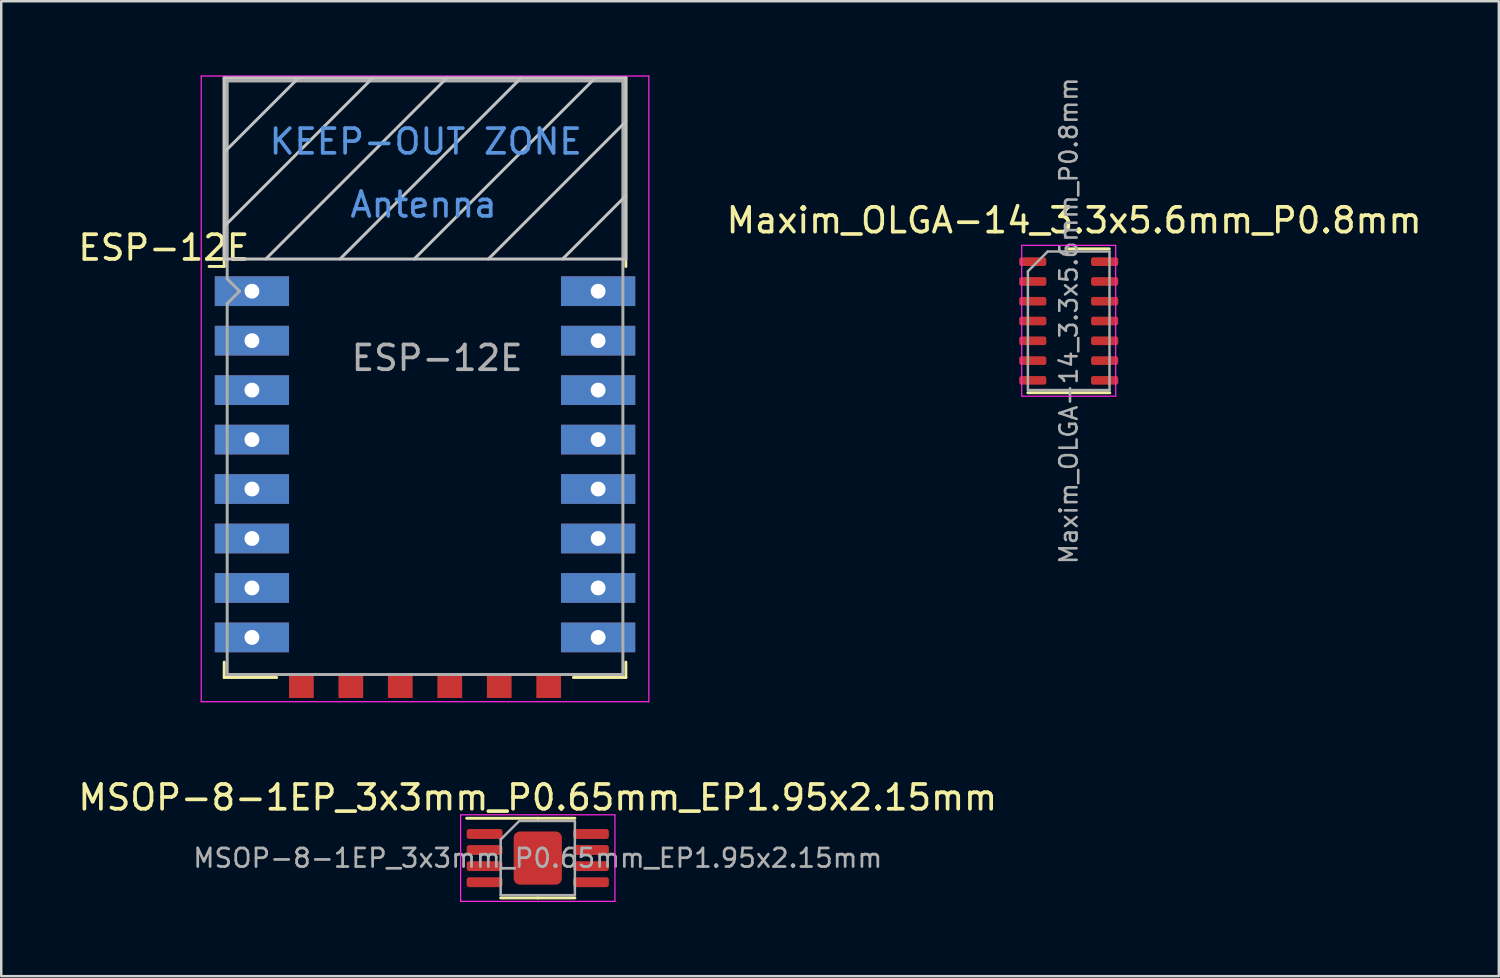
<source format=kicad_pcb>
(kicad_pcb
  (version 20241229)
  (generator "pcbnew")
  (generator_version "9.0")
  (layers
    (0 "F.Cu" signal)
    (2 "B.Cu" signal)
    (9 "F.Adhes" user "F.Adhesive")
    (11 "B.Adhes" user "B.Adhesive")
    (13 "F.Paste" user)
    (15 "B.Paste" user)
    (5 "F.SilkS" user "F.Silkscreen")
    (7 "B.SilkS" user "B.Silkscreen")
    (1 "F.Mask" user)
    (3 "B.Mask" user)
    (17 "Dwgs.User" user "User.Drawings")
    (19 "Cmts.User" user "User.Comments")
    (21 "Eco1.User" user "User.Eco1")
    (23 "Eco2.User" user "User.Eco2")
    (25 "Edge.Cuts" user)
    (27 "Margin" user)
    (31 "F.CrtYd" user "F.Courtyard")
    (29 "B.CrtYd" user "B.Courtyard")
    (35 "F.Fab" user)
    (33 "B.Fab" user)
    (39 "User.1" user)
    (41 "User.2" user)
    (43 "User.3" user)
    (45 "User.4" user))
  (footprint "MSOP-8-1EP_3x3mm_P0.65mm_EP1.95x2.15mm"
    (layer "F.Cu")
    (at 18.696 31.648)
    (property "Reference" "MSOP-8-1EP_3x3mm_P0.65mm_EP1.95x2.15mm" (at 0 -2.45 0) (layer "F.SilkS") (effects (font (size 1 1) (thickness 0.15))))
    (attr smd)
    (fp_line (start 0 -1.61) (end -2.875 -1.61) (stroke (width 0.12) (type solid)) (layer "F.SilkS"))
    (fp_line (start 0 -1.61) (end 1.5 -1.61) (stroke (width 0.12) (type solid)) (layer "F.SilkS"))
    (fp_line (start 0 1.61) (end -1.5 1.61) (stroke (width 0.12) (type solid)) (layer "F.SilkS"))
    (fp_line (start 0 1.61) (end 1.5 1.61) (stroke (width 0.12) (type solid)) (layer "F.SilkS"))
    (fp_line (start -3.12 -1.75) (end -3.12 1.75) (stroke (width 0.05) (type solid)) (layer "F.CrtYd"))
    (fp_line (start -3.12 1.75) (end 3.12 1.75) (stroke (width 0.05) (type solid)) (layer "F.CrtYd"))
    (fp_line (start 3.12 -1.75) (end -3.12 -1.75) (stroke (width 0.05) (type solid)) (layer "F.CrtYd"))
    (fp_line (start 3.12 1.75) (end 3.12 -1.75) (stroke (width 0.05) (type solid)) (layer "F.CrtYd"))
    (fp_line (start -1.5 -0.75) (end -0.75 -1.5) (stroke (width 0.1) (type solid)) (layer "F.Fab"))
    (fp_line (start -1.5 1.5) (end -1.5 -0.75) (stroke (width 0.1) (type solid)) (layer "F.Fab"))
    (fp_line (start -0.75 -1.5) (end 1.5 -1.5) (stroke (width 0.1) (type solid)) (layer "F.Fab"))
    (fp_line (start 1.5 -1.5) (end 1.5 1.5) (stroke (width 0.1) (type solid)) (layer "F.Fab"))
    (fp_line (start 1.5 1.5) (end -1.5 1.5) (stroke (width 0.1) (type solid)) (layer "F.Fab"))
    (fp_text user "${REFERENCE}" (at 0 0 0) (layer "F.Fab") (effects (font (size 0.75 0.75) (thickness 0.11))))
    (pad "" smd roundrect (at -0.49 -0.54) (size 0.79 0.87) (layers "F.Paste") (roundrect_rratio 0.25))
    (pad "" smd roundrect (at -0.49 0.54) (size 0.79 0.87) (layers "F.Paste") (roundrect_rratio 0.25))
    (pad "" smd roundrect (at 0.49 -0.54) (size 0.79 0.87) (layers "F.Paste") (roundrect_rratio 0.25))
    (pad "" smd roundrect (at 0.49 0.54) (size 0.79 0.87) (layers "F.Paste") (roundrect_rratio 0.25))
    (pad "1" smd roundrect (at -2.15 -0.975) (size 1.45 0.4) (layers "F.Cu" "F.Mask" "F.Paste") (roundrect_rratio 0.25))
    (pad "2" smd roundrect (at -2.15 -0.325) (size 1.45 0.4) (layers "F.Cu" "F.Mask" "F.Paste") (roundrect_rratio 0.25))
    (pad "3" smd roundrect (at -2.15 0.325) (size 1.45 0.4) (layers "F.Cu" "F.Mask" "F.Paste") (roundrect_rratio 0.25))
    (pad "4" smd roundrect (at -2.15 0.975) (size 1.45 0.4) (layers "F.Cu" "F.Mask" "F.Paste") (roundrect_rratio 0.25))
    (pad "5" smd roundrect (at 2.15 0.975) (size 1.45 0.4) (layers "F.Cu" "F.Mask" "F.Paste") (roundrect_rratio 0.25))
    (pad "6" smd roundrect (at 2.15 0.325) (size 1.45 0.4) (layers "F.Cu" "F.Mask" "F.Paste") (roundrect_rratio 0.25))
    (pad "7" smd roundrect (at 2.15 -0.325) (size 1.45 0.4) (layers "F.Cu" "F.Mask" "F.Paste") (roundrect_rratio 0.25))
    (pad "8" smd roundrect (at 2.15 -0.975) (size 1.45 0.4) (layers "F.Cu" "F.Mask" "F.Paste") (roundrect_rratio 0.25))
    (pad "9" smd roundrect (at 0 0) (size 1.95 2.15) (layers "F.Cu" "F.Mask") (roundrect_rratio 0.128)))
  (footprint "ESP-12E"
    (layer "F.Cu")
    (at 14.137 12.225)
    (property "Reference" "ESP-12E" (at -10.56 -5.26 0) (layer "F.SilkS") (effects (font (size 1 1) (thickness 0.15))))
    (attr smd)
    (fp_line (start -8.12 -12.12) (end 8.12 -12.12) (stroke (width 0.12) (type solid)) (layer "F.SilkS"))
    (fp_line (start -8.12 -4.5) (end -8.73 -4.5) (stroke (width 0.12) (type solid)) (layer "F.SilkS"))
    (fp_line (start -8.12 -4.5) (end -8.12 -12.12) (stroke (width 0.12) (type solid)) (layer "F.SilkS"))
    (fp_line (start -8.12 12.12) (end -8.12 11.5) (stroke (width 0.12) (type solid)) (layer "F.SilkS"))
    (fp_line (start -6 12.12) (end -8.12 12.12) (stroke (width 0.12) (type solid)) (layer "F.SilkS"))
    (fp_line (start 8.12 -12.12) (end 8.12 -4.5) (stroke (width 0.12) (type solid)) (layer "F.SilkS"))
    (fp_line (start 8.12 11.5) (end 8.12 12.12) (stroke (width 0.12) (type solid)) (layer "F.SilkS"))
    (fp_line (start 8.12 12.12) (end 6 12.12) (stroke (width 0.12) (type solid)) (layer "F.SilkS"))
    (fp_line (start -8.12 -12.12) (end 8.12 -12.12) (stroke (width 0.12) (type solid)) (layer "Dwgs.User"))
    (fp_line (start -8.12 -9.12) (end -5.12 -12.12) (stroke (width 0.12) (type solid)) (layer "Dwgs.User"))
    (fp_line (start -8.12 -6.12) (end -2.12 -12.12) (stroke (width 0.12) (type solid)) (layer "Dwgs.User"))
    (fp_line (start -8.12 -4.8) (end -8.12 -12.12) (stroke (width 0.12) (type solid)) (layer "Dwgs.User"))
    (fp_line (start -6.44 -4.8) (end 0.88 -12.12) (stroke (width 0.12) (type solid)) (layer "Dwgs.User"))
    (fp_line (start -3.44 -4.8) (end 3.88 -12.12) (stroke (width 0.12) (type solid)) (layer "Dwgs.User"))
    (fp_line (start -0.44 -4.8) (end 6.88 -12.12) (stroke (width 0.12) (type solid)) (layer "Dwgs.User"))
    (fp_line (start 2.56 -4.8) (end 8.12 -10.36) (stroke (width 0.12) (type solid)) (layer "Dwgs.User"))
    (fp_line (start 5.56 -4.8) (end 8.12 -7.36) (stroke (width 0.12) (type solid)) (layer "Dwgs.User"))
    (fp_line (start 8.12 -12.12) (end 8.12 -4.8) (stroke (width 0.12) (type solid)) (layer "Dwgs.User"))
    (fp_line (start 8.12 -4.8) (end -8.12 -4.8) (stroke (width 0.12) (type solid)) (layer "Dwgs.User"))
    (fp_line (start -9.05 -12.2) (end 9.05 -12.2) (stroke (width 0.05) (type solid)) (layer "F.CrtYd"))
    (fp_line (start -9.05 13.1) (end -9.05 -12.2) (stroke (width 0.05) (type solid)) (layer "F.CrtYd"))
    (fp_line (start 9.05 -12.2) (end 9.05 13.1) (stroke (width 0.05) (type solid)) (layer "F.CrtYd"))
    (fp_line (start 9.05 13.1) (end -9.05 13.1) (stroke (width 0.05) (type solid)) (layer "F.CrtYd"))
    (fp_line (start -8 -12) (end 8 -12) (stroke (width 0.12) (type solid)) (layer "F.Fab"))
    (fp_line (start -8 -4) (end -8 -12) (stroke (width 0.12) (type solid)) (layer "F.Fab"))
    (fp_line (start -8 -3) (end -7.5 -3.5) (stroke (width 0.12) (type solid)) (layer "F.Fab"))
    (fp_line (start -8 12) (end -8 -3) (stroke (width 0.12) (type solid)) (layer "F.Fab"))
    (fp_line (start -7.5 -3.5) (end -8 -4) (stroke (width 0.12) (type solid)) (layer "F.Fab"))
    (fp_line (start 8 -12) (end 8 12) (stroke (width 0.12) (type solid)) (layer "F.Fab"))
    (fp_line (start 8 12) (end -8 12) (stroke (width 0.12) (type solid)) (layer "F.Fab"))
    (fp_text user "KEEP-OUT ZONE" (at 0.03 -9.55 180) (layer "Cmts.User") (effects (font (size 1 1) (thickness 0.15))))
    (fp_text user "Antenna" (at -0.06 -7 180) (layer "Cmts.User") (effects (font (size 1 1) (thickness 0.15))))
    (fp_text user "${REFERENCE}" (at 0.49 -0.8 0) (layer "F.Fab") (effects (font (size 1 1) (thickness 0.15))))
    (pad "1" thru_hole rect (at -7 -3.5) (size 3 1.2) (drill 0.6) (layers "*.Cu" "*.Mask"))
    (pad "2" thru_hole rect (at -7 -1.5) (size 3 1.2) (drill 0.6) (layers "*.Cu" "*.Mask"))
    (pad "3" thru_hole rect (at -7 0.5) (size 3 1.2) (drill 0.6) (layers "*.Cu" "*.Mask"))
    (pad "4" thru_hole rect (at -7 2.5) (size 3 1.2) (drill 0.6) (layers "*.Cu" "*.Mask"))
    (pad "5" thru_hole rect (at -7 4.5) (size 3 1.2) (drill 0.6) (layers "*.Cu" "*.Mask"))
    (pad "6" thru_hole rect (at -7 6.5) (size 3 1.2) (drill 0.6) (layers "*.Cu" "*.Mask"))
    (pad "7" thru_hole rect (at -7 8.5) (size 3 1.2) (drill 0.6) (layers "*.Cu" "*.Mask"))
    (pad "8" thru_hole rect (at -7 10.5) (size 3 1.2) (drill 0.6) (layers "*.Cu" "*.Mask"))
    (pad "9" smd rect (at -5 12.45) (size 1 1) (layers "F.Cu" "F.Mask" "F.Paste"))
    (pad "10" smd rect (at -3 12.45) (size 1 1) (layers "F.Cu" "F.Mask" "F.Paste"))
    (pad "11" smd rect (at -1 12.45) (size 1 1) (layers "F.Cu" "F.Mask" "F.Paste"))
    (pad "12" smd rect (at 1 12.45) (size 1 1) (layers "F.Cu" "F.Mask" "F.Paste"))
    (pad "13" smd rect (at 3 12.45) (size 1 1) (layers "F.Cu" "F.Mask" "F.Paste"))
    (pad "14" smd rect (at 5 12.45) (size 1 1) (layers "F.Cu" "F.Mask" "F.Paste"))
    (pad "15" thru_hole rect (at 7 10.5) (size 3 1.2) (drill 0.6) (layers "*.Cu" "*.Mask"))
    (pad "16" thru_hole rect (at 7 8.5) (size 3 1.2) (drill 0.6) (layers "*.Cu" "*.Mask"))
    (pad "17" thru_hole rect (at 7 6.5) (size 3 1.2) (drill 0.6) (layers "*.Cu" "*.Mask"))
    (pad "18" thru_hole rect (at 7 4.5) (size 3 1.2) (drill 0.6) (layers "*.Cu" "*.Mask"))
    (pad "19" thru_hole rect (at 7 2.5) (size 3 1.2) (drill 0.6) (layers "*.Cu" "*.Mask"))
    (pad "20" thru_hole rect (at 7 0.5) (size 3 1.2) (drill 0.6) (layers "*.Cu" "*.Mask"))
    (pad "21" thru_hole rect (at 7 -1.5) (size 3 1.2) (drill 0.6) (layers "*.Cu" "*.Mask"))
    (pad "22" thru_hole rect (at 7 -3.5) (size 3 1.2) (drill 0.6) (layers "*.Cu" "*.Mask")))
  (footprint "Maxim_OLGA-14_3.3x5.6mm_P0.8mm"
    (layer "F.Cu")
    (at 40.165 9.931)
    (property "Reference" "Maxim_OLGA-14_3.3x5.6mm_P0.8mm" (at 0.22 -4.07 0) (layer "F.SilkS") (effects (font (size 1 1) (thickness 0.15))))
    (attr smd)
    (fp_line (start 0 -2.92) (end 1.64 -2.92) (stroke (width 0.12) (type solid)) (layer "F.SilkS"))
    (fp_line (start 1.66 2.9) (end -1.65 2.9) (stroke (width 0.12) (type solid)) (layer "F.SilkS"))
    (fp_line (start -1.9 -3.06) (end -1.9 3.04) (stroke (width 0.05) (type solid)) (layer "F.CrtYd"))
    (fp_line (start -1.9 -3.06) (end 1.9 -3.06) (stroke (width 0.05) (type solid)) (layer "F.CrtYd"))
    (fp_line (start 1.9 3.04) (end -1.9 3.04) (stroke (width 0.05) (type solid)) (layer "F.CrtYd"))
    (fp_line (start 1.9 3.04) (end 1.9 -3.06) (stroke (width 0.05) (type solid)) (layer "F.CrtYd"))
    (fp_line (start -1.65 -2.01) (end -0.85 -2.81) (stroke (width 0.1) (type solid)) (layer "F.Fab"))
    (fp_line (start -1.65 2.79) (end -1.65 -2.01) (stroke (width 0.1) (type solid)) (layer "F.Fab"))
    (fp_line (start -1.65 2.79) (end 1.65 2.79) (stroke (width 0.1) (type solid)) (layer "F.Fab"))
    (fp_line (start -0.85 -2.81) (end 1.65 -2.81) (stroke (width 0.1) (type solid)) (layer "F.Fab"))
    (fp_line (start 1.65 2.79) (end 1.65 -2.81) (stroke (width 0.1) (type solid)) (layer "F.Fab"))
    (fp_text user "${REFERENCE}" (at 0 -0.01 90) (layer "F.Fab") (effects (font (size 0.7 0.7) (thickness 0.105))))
    (pad "1" smd roundrect (at -1.454 -2.4) (size 1.1 0.35) (layers "F.Cu" "F.Mask" "F.Paste") (roundrect_rratio 0.25))
    (pad "2" smd roundrect (at -1.454 -1.6) (size 1.1 0.35) (layers "F.Cu" "F.Mask" "F.Paste") (roundrect_rratio 0.25))
    (pad "3" smd roundrect (at -1.454 -0.8) (size 1.1 0.35) (layers "F.Cu" "F.Mask" "F.Paste") (roundrect_rratio 0.25))
    (pad "4" smd roundrect (at -1.454 0) (size 1.1 0.35) (layers "F.Cu" "F.Mask" "F.Paste") (roundrect_rratio 0.25))
    (pad "5" smd roundrect (at -1.454 0.8) (size 1.1 0.35) (layers "F.Cu" "F.Mask" "F.Paste") (roundrect_rratio 0.25))
    (pad "6" smd roundrect (at -1.454 1.6) (size 1.1 0.35) (layers "F.Cu" "F.Mask" "F.Paste") (roundrect_rratio 0.25))
    (pad "7" smd roundrect (at -1.454 2.4) (size 1.1 0.35) (layers "F.Cu" "F.Mask" "F.Paste") (roundrect_rratio 0.25))
    (pad "8" smd roundrect (at 1.454 2.4) (size 1.1 0.35) (layers "F.Cu" "F.Mask" "F.Paste") (roundrect_rratio 0.25))
    (pad "9" smd roundrect (at 1.454 1.6) (size 1.1 0.35) (layers "F.Cu" "F.Mask" "F.Paste") (roundrect_rratio 0.25))
    (pad "10" smd roundrect (at 1.454 0.8) (size 1.1 0.35) (layers "F.Cu" "F.Mask" "F.Paste") (roundrect_rratio 0.25))
    (pad "11" smd roundrect (at 1.454 0) (size 1.1 0.35) (layers "F.Cu" "F.Mask" "F.Paste") (roundrect_rratio 0.25))
    (pad "12" smd roundrect (at 1.454 -0.8) (size 1.1 0.35) (layers "F.Cu" "F.Mask" "F.Paste") (roundrect_rratio 0.25))
    (pad "13" smd roundrect (at 1.454 -1.6) (size 1.1 0.35) (layers "F.Cu" "F.Mask" "F.Paste") (roundrect_rratio 0.25))
    (pad "14" smd roundrect (at 1.454 -2.4) (size 1.1 0.35) (layers "F.Cu" "F.Mask" "F.Paste") (roundrect_rratio 0.25)))
  (gr_rect
    (start -3 -3)
    (end 57.558 36.423)
    (stroke (width 0.1) (type default))
    (fill no)
    (layer "Edge.Cuts")))
</source>
